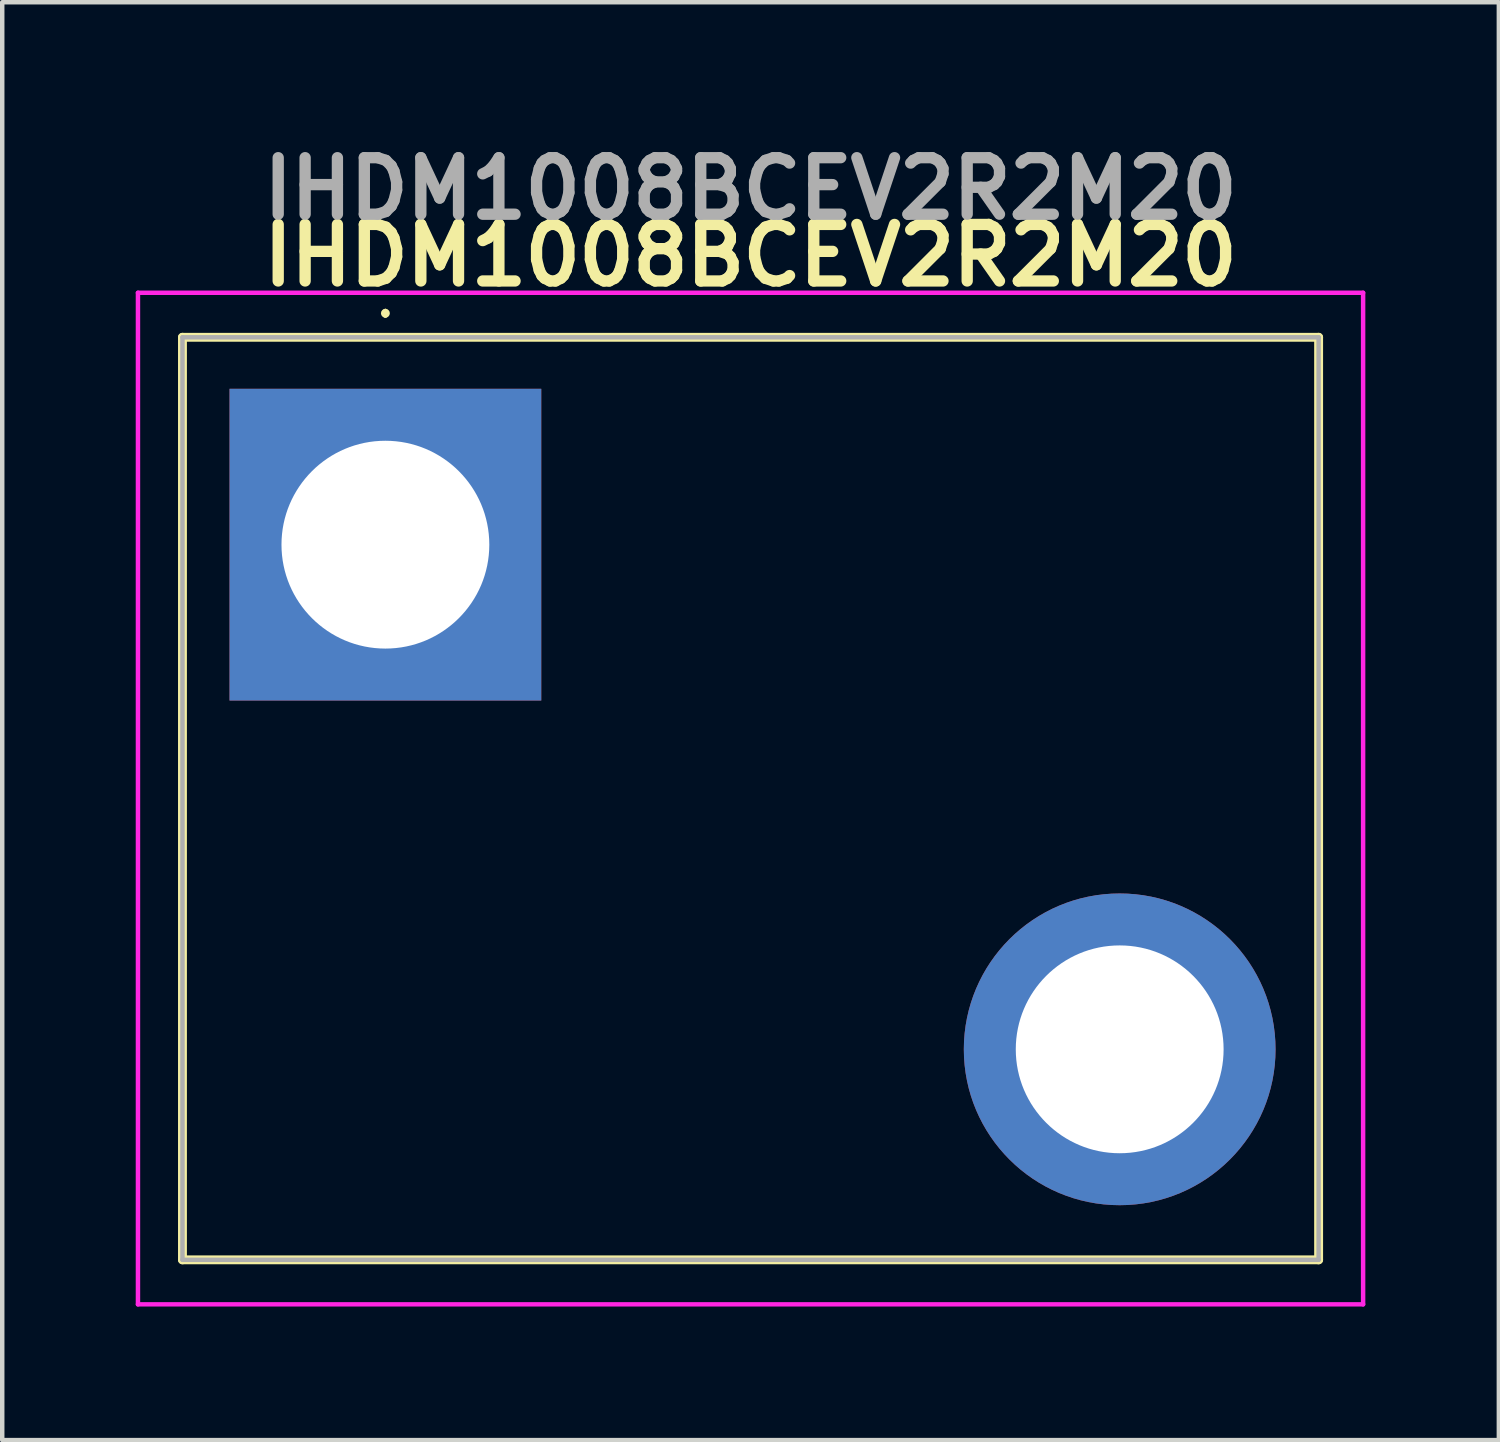
<source format=kicad_pcb>
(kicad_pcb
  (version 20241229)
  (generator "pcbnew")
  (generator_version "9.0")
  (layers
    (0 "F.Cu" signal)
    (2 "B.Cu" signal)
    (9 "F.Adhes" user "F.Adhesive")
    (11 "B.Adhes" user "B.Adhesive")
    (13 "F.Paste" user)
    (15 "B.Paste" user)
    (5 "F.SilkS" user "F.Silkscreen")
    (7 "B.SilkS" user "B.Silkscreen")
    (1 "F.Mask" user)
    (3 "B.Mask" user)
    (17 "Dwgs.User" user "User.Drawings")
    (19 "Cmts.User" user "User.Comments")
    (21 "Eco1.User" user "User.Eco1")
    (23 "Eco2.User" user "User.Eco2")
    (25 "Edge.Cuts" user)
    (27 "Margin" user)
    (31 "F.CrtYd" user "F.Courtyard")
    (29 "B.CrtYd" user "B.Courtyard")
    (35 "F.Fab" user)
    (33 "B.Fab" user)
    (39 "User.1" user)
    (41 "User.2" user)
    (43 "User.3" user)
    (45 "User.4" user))
  (footprint "IHDM1008BCEV2R2M20"
    (layer "F.Cu")
    (at 5.61 9.189)
    (property "Reference" "IHDM1008BCEV2R2M20" (at 8.205 -6.5 0) (layer "F.SilkS") (effects (font (size 1.27 1.27) (thickness 0.254))))
    (attr through_hole)
    (fp_line (start -4.56 -4.66) (end -4.56 16.07) (stroke (width 0.2) (type solid)) (layer "F.SilkS"))
    (fp_line (start -4.56 16.07) (end 20.97 16.07) (stroke (width 0.2) (type solid)) (layer "F.SilkS"))
    (fp_line (start 0 -5.25) (end 0 -5.25) (stroke (width 0.1) (type solid)) (layer "F.SilkS"))
    (fp_line (start 0 -5.15) (end 0 -5.15) (stroke (width 0.1) (type solid)) (layer "F.SilkS"))
    (fp_line (start 20.97 -4.66) (end -4.56 -4.66) (stroke (width 0.2) (type solid)) (layer "F.SilkS"))
    (fp_line (start 20.97 16.07) (end 20.97 -4.66) (stroke (width 0.2) (type solid)) (layer "F.SilkS"))
    (fp_arc (start 0 -5.25) (mid 0.05 -5.2) (end 0 -5.15) (stroke (width 0.1) (type solid)) (layer "F.SilkS"))
    (fp_arc (start 0 -5.15) (mid -0.05 -5.2) (end 0 -5.25) (stroke (width 0.1) (type solid)) (layer "F.SilkS"))
    (fp_line (start -5.56 -5.66) (end -5.56 17.07) (stroke (width 0.1) (type solid)) (layer "F.CrtYd"))
    (fp_line (start -5.56 17.07) (end 21.97 17.07) (stroke (width 0.1) (type solid)) (layer "F.CrtYd"))
    (fp_line (start 21.97 -5.66) (end -5.56 -5.66) (stroke (width 0.1) (type solid)) (layer "F.CrtYd"))
    (fp_line (start 21.97 17.07) (end 21.97 -5.66) (stroke (width 0.1) (type solid)) (layer "F.CrtYd"))
    (fp_line (start -4.56 -4.66) (end -4.56 16.07) (stroke (width 0.1) (type solid)) (layer "F.Fab"))
    (fp_line (start -4.56 16.07) (end 20.97 16.07) (stroke (width 0.1) (type solid)) (layer "F.Fab"))
    (fp_line (start 20.97 -4.66) (end -4.56 -4.66) (stroke (width 0.1) (type solid)) (layer "F.Fab"))
    (fp_line (start 20.97 16.07) (end 20.97 -4.66) (stroke (width 0.1) (type solid)) (layer "F.Fab"))
    (fp_text user "${REFERENCE}" (at 8.205 -8 0) (layer "F.Fab") (effects (font (size 1.27 1.27) (thickness 0.254))))
    (pad "1" thru_hole rect (at 0 0) (size 7.005 7.005) (drill 4.67) (layers "*.Cu" "*.Mask"))
    (pad "2" thru_hole circle (at 16.5 11.34) (size 7.005 7.005) (drill 4.67) (layers "*.Cu" "*.Mask")))
  (gr_rect
    (start -3 -3)
    (end 30.63 29.309)
    (stroke (width 0.1) (type default))
    (fill no)
    (layer "Edge.Cuts")))
</source>
